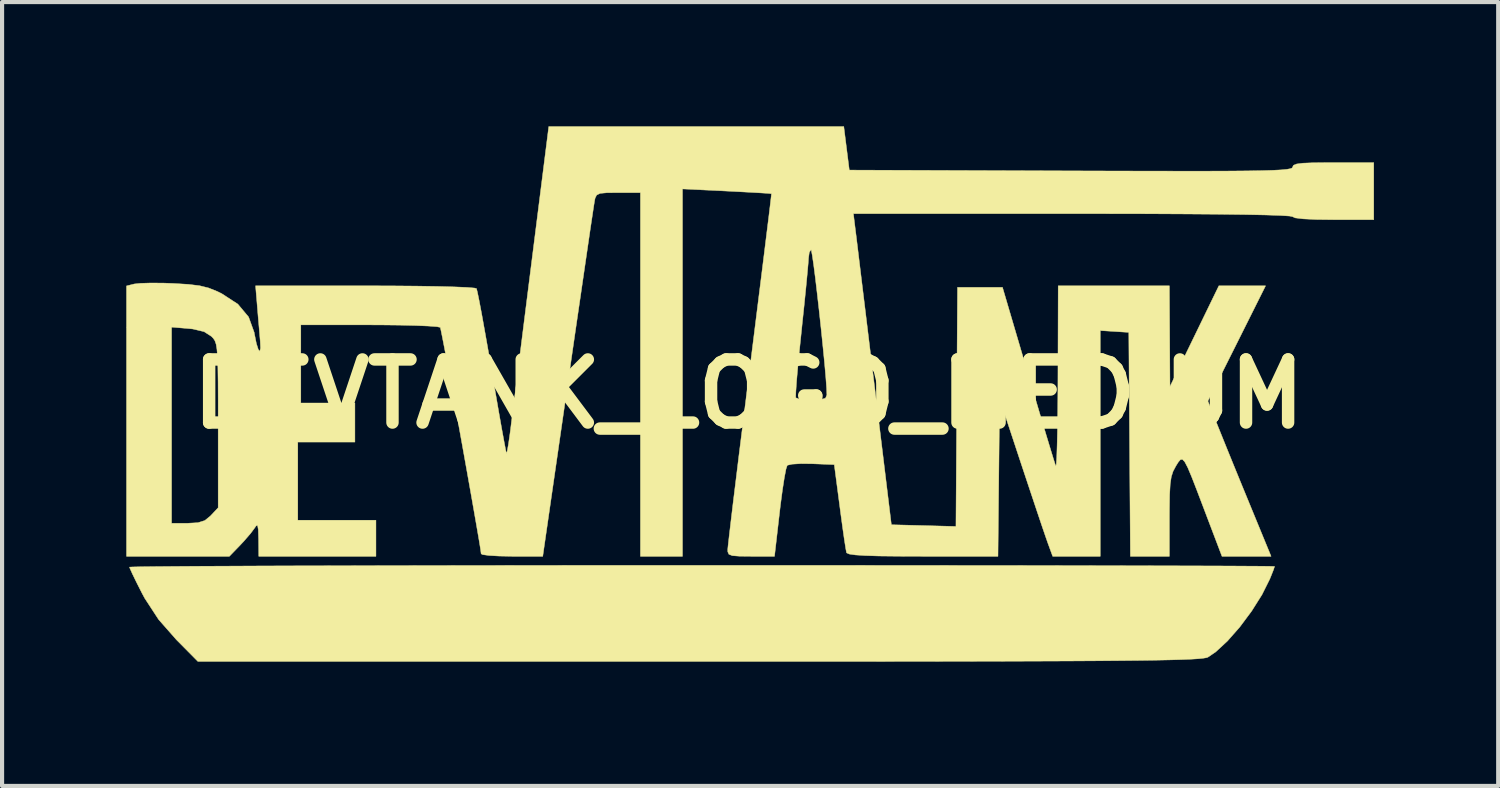
<source format=kicad_pcb>
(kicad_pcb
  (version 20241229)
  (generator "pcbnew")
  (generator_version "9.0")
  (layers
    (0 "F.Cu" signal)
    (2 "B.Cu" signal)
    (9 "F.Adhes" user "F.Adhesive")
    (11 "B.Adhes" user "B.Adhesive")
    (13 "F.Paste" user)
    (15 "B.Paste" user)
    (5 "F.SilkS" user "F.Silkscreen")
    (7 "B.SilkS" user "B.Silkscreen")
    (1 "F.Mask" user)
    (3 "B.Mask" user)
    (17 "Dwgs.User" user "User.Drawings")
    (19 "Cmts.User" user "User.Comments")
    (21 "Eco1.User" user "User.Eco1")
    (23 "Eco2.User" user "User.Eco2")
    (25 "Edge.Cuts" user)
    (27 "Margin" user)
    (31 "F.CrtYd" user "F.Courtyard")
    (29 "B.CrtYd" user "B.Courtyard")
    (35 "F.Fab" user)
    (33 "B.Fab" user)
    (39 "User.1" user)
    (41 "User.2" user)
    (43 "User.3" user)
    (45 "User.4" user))
  (footprint "DEVTANK_LOGO_MEDIUM"
    (layer "F.Cu")
    (at 15.027 6.464)
    (property "Reference" "DEVTANK_LOGO_MEDIUM" (at 0 0 0) (layer "F.SilkS") (effects (font (size 1.524 1.524) (thickness 0.3))))
    (attr through_hole)
    (fp_poly (pts (xy 0.28 4.137) (xy 1.646 4.137) (xy 2.966 4.138) (xy 4.232 4.139) (xy 5.437 4.14) (xy 6.576 4.141) (xy 7.639 4.143) (xy 8.622 4.145) (xy 9.515 4.147) (xy 10.313 4.149) (xy 11.009 4.151) (xy 11.595 4.153) (xy 12.064 4.156) (xy 12.409 4.158) (xy 12.623 4.161) (xy 12.7 4.164) (xy 12.7 4.164) (xy 12.675 4.242) (xy 12.611 4.403) (xy 12.584 4.469) (xy 12.396 4.846) (xy 12.146 5.242) (xy 11.86 5.626) (xy 11.563 5.964) (xy 11.28 6.226) (xy 11.089 6.356) (xy 11.047 6.369) (xy 10.971 6.381) (xy 10.854 6.393) (xy 10.691 6.403) (xy 10.475 6.412) (xy 10.199 6.42) (xy 9.858 6.427) (xy 9.445 6.433) (xy 8.954 6.438) (xy 8.379 6.443) (xy 7.713 6.447) (xy 6.951 6.45) (xy 6.085 6.453) (xy 5.111 6.455) (xy 4.021 6.457) (xy 2.809 6.458) (xy 1.469 6.458) (xy -0.005 6.459) (xy -1.202 6.459) (xy -13.297 6.459) (xy -13.818 5.933) (xy -14.248 5.444) (xy -14.581 4.934) (xy -14.645 4.815) (xy -14.779 4.551) (xy -14.883 4.337) (xy -14.942 4.205) (xy -14.95 4.18) (xy -14.878 4.176) (xy -14.669 4.171) (xy -14.328 4.167) (xy -13.864 4.163) (xy -13.282 4.159) (xy -12.591 4.156) (xy -11.796 4.152) (xy -10.906 4.149) (xy -9.927 4.147) (xy -8.866 4.144) (xy -7.73 4.142) (xy -6.527 4.14) (xy -5.263 4.139) (xy -3.945 4.137) (xy -2.581 4.137) (xy -1.177 4.137) (xy -1.125 4.137) (xy 0.28 4.137)) (stroke (width 0.01) (type solid)) (fill yes) (layer "F.SilkS"))
    (fp_poly (pts (xy 2.431 -5.407) (xy 7.783 -5.388) (xy 8.801 -5.385) (xy 9.684 -5.383) (xy 10.44 -5.382) (xy 11.079 -5.382) (xy 11.611 -5.384) (xy 12.045 -5.388) (xy 12.39 -5.394) (xy 12.657 -5.402) (xy 12.854 -5.412) (xy 12.991 -5.425) (xy 13.077 -5.44) (xy 13.122 -5.457) (xy 13.135 -5.478) (xy 13.135 -5.479) (xy 13.156 -5.523) (xy 13.231 -5.554) (xy 13.382 -5.574) (xy 13.631 -5.584) (xy 13.998 -5.588) (xy 14.115 -5.588) (xy 15.095 -5.588) (xy 15.095 -4.209) (xy 14.115 -4.209) (xy 13.701 -4.214) (xy 13.391 -4.229) (xy 13.197 -4.253) (xy 13.135 -4.282) (xy 13.063 -4.297) (xy 12.847 -4.311) (xy 12.488 -4.323) (xy 11.989 -4.333) (xy 11.349 -4.341) (xy 10.571 -4.347) (xy 9.656 -4.352) (xy 8.605 -4.354) (xy 7.832 -4.354) (xy 2.53 -4.354) (xy 2.577 -3.973) (xy 2.596 -3.824) (xy 2.63 -3.547) (xy 2.677 -3.158) (xy 2.736 -2.674) (xy 2.805 -2.111) (xy 2.881 -1.486) (xy 2.963 -0.814) (xy 3.036 -0.218) (xy 3.447 3.157) (xy 4.226 3.177) (xy 5.006 3.198) (xy 5.044 -2.576) (xy 6.13 -2.576) (xy 6.75 -0.472) (xy 6.908 0.06) (xy 7.053 0.55) (xy 7.182 0.979) (xy 7.288 1.33) (xy 7.366 1.584) (xy 7.411 1.723) (xy 7.417 1.742) (xy 7.429 1.7) (xy 7.44 1.529) (xy 7.449 1.246) (xy 7.458 0.866) (xy 7.464 0.408) (xy 7.468 -0.114) (xy 7.469 -0.381) (xy 7.475 -2.613) (xy 10.16 -2.613) (xy 10.174 -0.181) (xy 11.355 -2.613) (xy 12.483 -2.613) (xy 11.787 -1.221) (xy 11.09 0.17) (xy 11.308 0.72) (xy 11.407 0.966) (xy 11.547 1.313) (xy 11.716 1.728) (xy 11.9 2.178) (xy 12.071 2.594) (xy 12.616 3.919) (xy 11.43 3.919) (xy 11.009 2.811) (xy 10.833 2.348) (xy 10.701 2.008) (xy 10.603 1.775) (xy 10.53 1.636) (xy 10.474 1.578) (xy 10.425 1.586) (xy 10.374 1.647) (xy 10.312 1.747) (xy 10.312 1.748) (xy 10.249 1.867) (xy 10.206 2) (xy 10.18 2.178) (xy 10.166 2.43) (xy 10.161 2.786) (xy 10.16 2.957) (xy 10.16 3.919) (xy 9.218 3.919) (xy 9.199 1.216) (xy 9.18 -1.488) (xy 8.836 -1.51) (xy 8.491 -1.532) (xy 8.491 3.919) (xy 7.342 3.919) (xy 7.229 3.61) (xy 7.174 3.453) (xy 7.081 3.181) (xy 6.96 2.821) (xy 6.818 2.396) (xy 6.663 1.931) (xy 6.588 1.705) (xy 6.06 0.109) (xy 6.021 3.919) (xy 4.206 3.919) (xy 3.613 3.917) (xy 3.153 3.912) (xy 2.811 3.901) (xy 2.576 3.886) (xy 2.432 3.865) (xy 2.368 3.837) (xy 2.363 3.828) (xy 2.344 3.726) (xy 2.31 3.509) (xy 2.267 3.206) (xy 2.218 2.845) (xy 2.202 2.721) (xy 2.068 1.705) (xy 1.531 1.684) (xy 1.262 1.681) (xy 1.05 1.694) (xy 0.937 1.72) (xy 0.932 1.724) (xy 0.902 1.815) (xy 0.862 2.023) (xy 0.816 2.321) (xy 0.768 2.682) (xy 0.748 2.852) (xy 0.625 3.919) (xy 0.059 3.919) (xy -0.225 3.916) (xy -0.394 3.903) (xy -0.477 3.87) (xy -0.503 3.81) (xy -0.505 3.756) (xy -0.495 3.655) (xy -0.469 3.424) (xy -0.428 3.076) (xy -0.374 2.623) (xy -0.307 2.08) (xy -0.231 1.459) (xy -0.145 0.773) (xy -0.058 0.074) (xy 1.136 0.074) (xy 1.139 0.091) (xy 1.223 0.122) (xy 1.404 0.142) (xy 1.528 0.145) (xy 1.748 0.136) (xy 1.857 0.099) (xy 1.889 0.024) (xy 1.889 0.018) (xy 1.883 -0.139) (xy 1.864 -0.399) (xy 1.834 -0.739) (xy 1.795 -1.135) (xy 1.751 -1.564) (xy 1.704 -2) (xy 1.656 -2.421) (xy 1.611 -2.803) (xy 1.57 -3.121) (xy 1.536 -3.352) (xy 1.513 -3.472) (xy 1.507 -3.483) (xy 1.465 -3.421) (xy 1.447 -3.284) (xy 1.438 -3.154) (xy 1.416 -2.904) (xy 1.383 -2.559) (xy 1.341 -2.143) (xy 1.292 -1.681) (xy 1.276 -1.524) (xy 1.228 -1.063) (xy 1.188 -0.651) (xy 1.158 -0.31) (xy 1.141 -0.061) (xy 1.136 0.074) (xy -0.058 0.074) (xy -0.053 0.036) (xy 0.029 -0.617) (xy 0.125 -1.381) (xy 0.215 -2.101) (xy 0.298 -2.763) (xy 0.372 -3.357) (xy 0.435 -3.867) (xy 0.487 -4.284) (xy 0.524 -4.592) (xy 0.546 -4.78) (xy 0.552 -4.836) (xy 0.481 -4.844) (xy 0.29 -4.856) (xy 0.006 -4.872) (xy -0.347 -4.891) (xy -0.526 -4.9) (xy -1.597 -4.952) (xy -1.597 3.919) (xy -2.613 3.919) (xy -2.613 -4.862) (xy -3.148 -4.862) (xy -3.422 -4.86) (xy -3.585 -4.845) (xy -3.668 -4.806) (xy -3.706 -4.732) (xy -3.72 -4.663) (xy -3.737 -4.556) (xy -3.773 -4.319) (xy -3.826 -3.965) (xy -3.893 -3.507) (xy -3.973 -2.96) (xy -4.064 -2.336) (xy -4.165 -1.648) (xy -4.272 -0.911) (xy -4.364 -0.272) (xy -4.971 3.919) (xy -5.715 3.919) (xy -6.024 3.913) (xy -6.27 3.899) (xy -6.423 3.878) (xy -6.459 3.859) (xy -6.471 3.765) (xy -6.506 3.549) (xy -6.561 3.23) (xy -6.631 2.828) (xy -6.713 2.362) (xy -6.804 1.851) (xy -6.9 1.315) (xy -6.998 0.771) (xy -7.095 0.241) (xy -7.186 -0.259) (xy -7.269 -0.707) (xy -7.34 -1.085) (xy -7.396 -1.374) (xy -7.433 -1.555) (xy -7.446 -1.609) (xy -7.526 -1.626) (xy -7.731 -1.641) (xy -8.038 -1.654) (xy -8.429 -1.663) (xy -8.88 -1.668) (xy -9.148 -1.669) (xy -10.813 -1.669) (xy -10.813 0.218) (xy -9.507 0.218) (xy -9.507 1.161) (xy -10.886 1.161) (xy -10.886 3.048) (xy -8.999 3.048) (xy -8.999 3.919) (xy -11.829 3.919) (xy -11.833 3.502) (xy -11.84 3.275) (xy -11.857 3.175) (xy -11.891 3.181) (xy -11.924 3.229) (xy -12.025 3.365) (xy -12.183 3.548) (xy -12.274 3.646) (xy -12.538 3.919) (xy -15.022 3.919) (xy -15.022 3.121) (xy -13.934 3.121) (xy -13.547 3.121) (xy -13.296 3.107) (xy -13.132 3.055) (xy -12.996 2.945) (xy -12.985 2.933) (xy -12.809 2.746) (xy -12.809 0.758) (xy -12.809 0.169) (xy -12.811 -0.292) (xy -12.816 -0.642) (xy -12.824 -0.9) (xy -12.839 -1.081) (xy -12.859 -1.204) (xy -12.888 -1.286) (xy -12.926 -1.344) (xy -12.968 -1.389) (xy -13.148 -1.505) (xy -13.42 -1.57) (xy -13.53 -1.581) (xy -13.934 -1.615) (xy -13.934 3.121) (xy -15.022 3.121) (xy -15.022 -2.61) (xy -14.835 -2.657) (xy -14.685 -2.673) (xy -14.43 -2.681) (xy -14.113 -2.678) (xy -13.898 -2.67) (xy -13.529 -2.648) (xy -13.258 -2.615) (xy -13.04 -2.561) (xy -12.829 -2.476) (xy -12.725 -2.425) (xy -12.334 -2.171) (xy -12.074 -1.86) (xy -11.939 -1.487) (xy -11.935 -1.461) (xy -11.886 -1.219) (xy -11.839 -1.072) (xy -11.803 -1.031) (xy -11.786 -1.109) (xy -11.793 -1.27) (xy -11.816 -1.545) (xy -11.845 -1.879) (xy -11.865 -2.123) (xy -11.906 -2.613) (xy -9.259 -2.613) (xy -8.608 -2.611) (xy -8.023 -2.606) (xy -7.519 -2.598) (xy -7.108 -2.587) (xy -6.804 -2.574) (xy -6.621 -2.559) (xy -6.571 -2.546) (xy -6.549 -2.459) (xy -6.506 -2.249) (xy -6.446 -1.933) (xy -6.374 -1.533) (xy -6.291 -1.066) (xy -6.203 -0.552) (xy -6.2 -0.533) (xy -6.112 -0.021) (xy -6.032 0.442) (xy -5.962 0.838) (xy -5.905 1.148) (xy -5.866 1.352) (xy -5.848 1.433) (xy -5.847 1.434) (xy -5.829 1.378) (xy -5.799 1.209) (xy -5.763 0.96) (xy -5.749 0.855) (xy -5.725 0.658) (xy -5.684 0.335) (xy -5.629 -0.096) (xy -5.563 -0.619) (xy -5.488 -1.214) (xy -5.406 -1.866) (xy -5.319 -2.555) (xy -5.25 -3.102) (xy -4.826 -6.459) (xy 2.298 -6.459) (xy 2.431 -5.407)) (stroke (width 0.01) (type solid)) (fill yes) (layer "F.SilkS")))
  (gr_rect
    (start -3 -3)
    (end 33.127 15.928)
    (stroke (width 0.1) (type default))
    (fill no)
    (layer "Edge.Cuts")))
</source>
